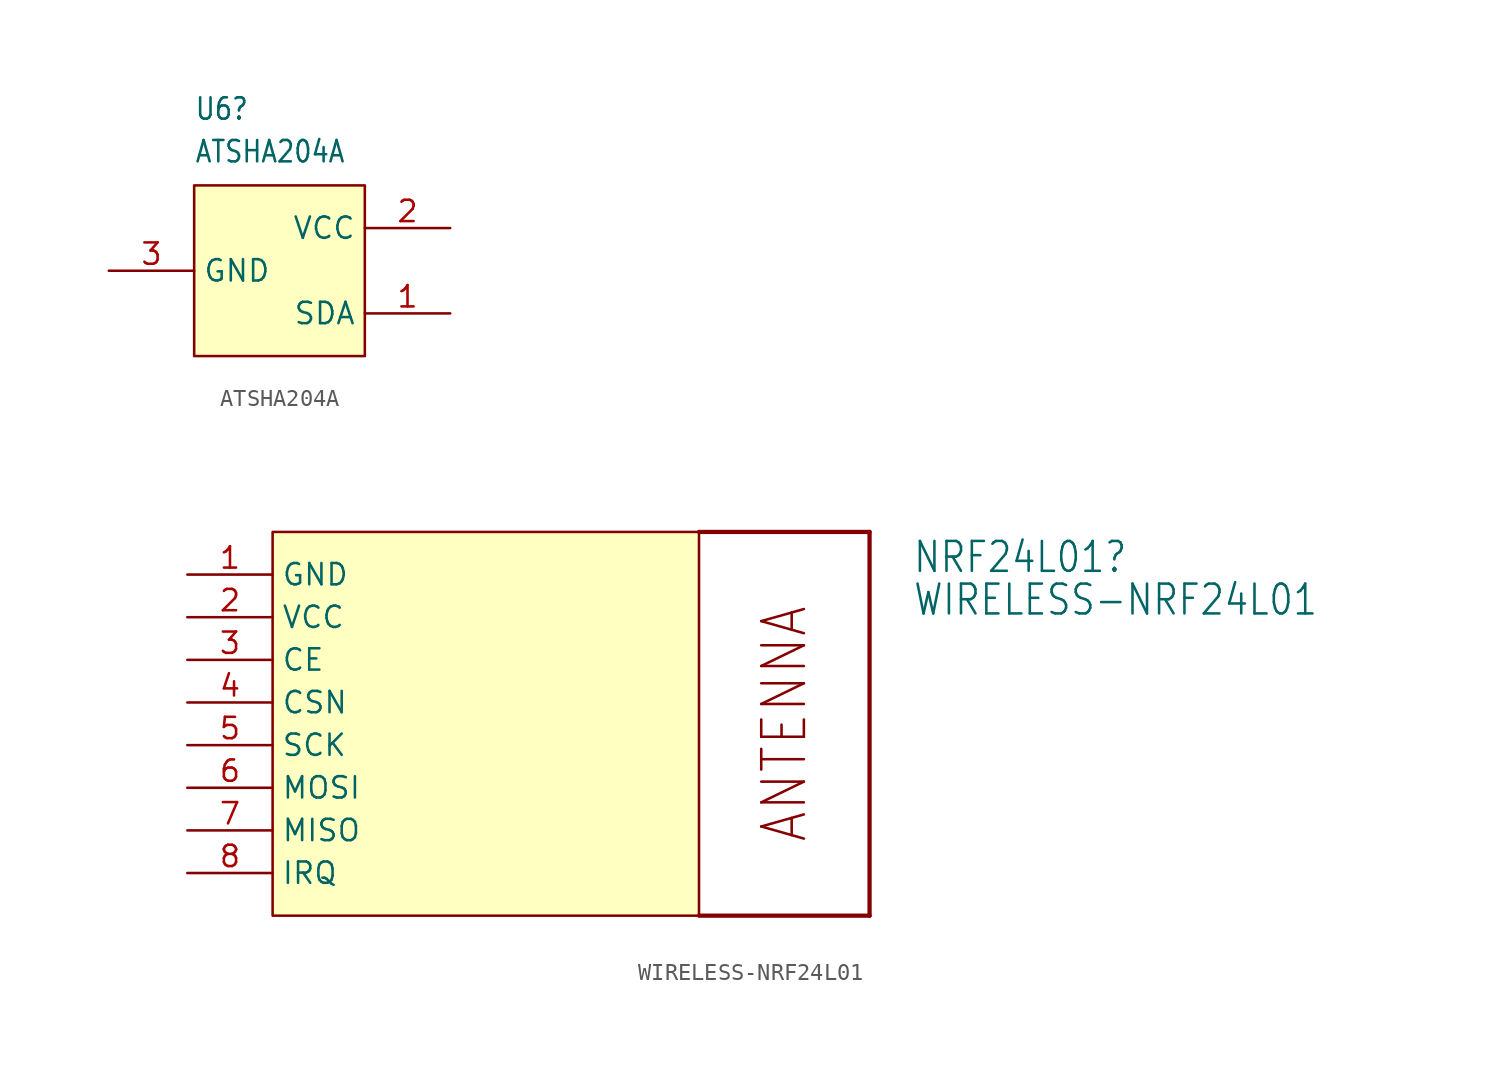
<source format=kicad_sym>
(kicad_symbol_lib
  (version 20220914)
  (generator kicad_symbol_editor)
  (symbol "ATSHA204A"
    (property "Reference" "U6"
      (at -5.08 8.89 0)
      (effects (font (size 1.27 1.079)) (justify left bottom)))
    (property "Value" "ATSHA204A"
      (at -5.08 6.35 0)
      (effects (font (size 1.27 1.079)) (justify left bottom)))
    (property "ki_locked" ""
      (at 0 0 0)
      (effects (font (size 1.27 1.27))))
    (symbol "ATSHA204A_1_0"
      (rectangle (start -5.08 5.08) (end 5.08 -5.08) (stroke (width 0) (type default)) (fill (type background)))
      (pin bidirectional line (at 10.16 -2.54 180) (length 5.08) (name "SDA" (effects (font (size 1.27 1.27)))) (number "1" (effects (font (size 1.27 1.27)))))
      (pin power_in line (at 10.16 2.54 180) (length 5.08) (name "VCC" (effects (font (size 1.27 1.27)))) (number "2" (effects (font (size 1.27 1.27)))))
      (pin power_in line (at -10.16 0 0) (length 5.08) (name "GND" (effects (font (size 1.27 1.27)))) (number "3" (effects (font (size 1.27 1.27)))))))
  (symbol "WIRELESS-NRF24L01"
    (property "Reference" "NRF24L01"
      (at 20.32 10.16 0)
      (effects (font (size 1.778 1.511)) (justify left bottom)))
    (property "Value" "WIRELESS-NRF24L01"
      (at 20.32 7.62 0)
      (effects (font (size 1.778 1.511)) (justify left bottom)))
    (property "ki_locked" ""
      (at 0 0 0)
      (effects (font (size 1.27 1.27))))
    (symbol "WIRELESS-NRF24L01_1_0"
      (polyline (pts (xy 7.62 12.7) (xy 17.78 12.7)) (stroke (width 0.254) (type solid)) (fill (type none)))
      (polyline (pts (xy 17.78 -10.16) (xy 7.62 -10.16)) (stroke (width 0.254) (type solid)) (fill (type none)))
      (polyline (pts (xy 17.78 12.7) (xy 17.78 -10.16)) (stroke (width 0.254) (type solid)) (fill (type none)))
      (text "ANTENNA" (at 12.7 1.27 900) (effects (font (size 2.54 2.159))))
      (pin power_in line (at -22.86 10.16 0) (length 5.08) (name "GND" (effects (font (size 1.27 1.27)))) (number "1" (effects (font (size 1.27 1.27)))))
      (pin power_in line (at -22.86 7.62 0) (length 5.08) (name "VCC" (effects (font (size 1.27 1.27)))) (number "2" (effects (font (size 1.27 1.27)))))
      (pin bidirectional line (at -22.86 5.08 0) (length 5.08) (name "CE" (effects (font (size 1.27 1.27)))) (number "3" (effects (font (size 1.27 1.27)))))
      (pin bidirectional line (at -22.86 2.54 0) (length 5.08) (name "CSN" (effects (font (size 1.27 1.27)))) (number "4" (effects (font (size 1.27 1.27)))))
      (pin bidirectional line (at -22.86 0 0) (length 5.08) (name "SCK" (effects (font (size 1.27 1.27)))) (number "5" (effects (font (size 1.27 1.27)))))
      (pin bidirectional line (at -22.86 -2.54 0) (length 5.08) (name "MOSI" (effects (font (size 1.27 1.27)))) (number "6" (effects (font (size 1.27 1.27)))))
      (pin bidirectional line (at -22.86 -5.08 0) (length 5.08) (name "MISO" (effects (font (size 1.27 1.27)))) (number "7" (effects (font (size 1.27 1.27)))))
      (pin bidirectional line (at -22.86 -7.62 0) (length 5.08) (name "IRQ" (effects (font (size 1.27 1.27)))) (number "8" (effects (font (size 1.27 1.27))))))
    (symbol "WIRELESS-NRF24L01_1_1"
      (rectangle (start -17.78 12.7) (end 7.62 -10.16) (stroke (width 0) (type default)) (fill (type background))))))
</source>
